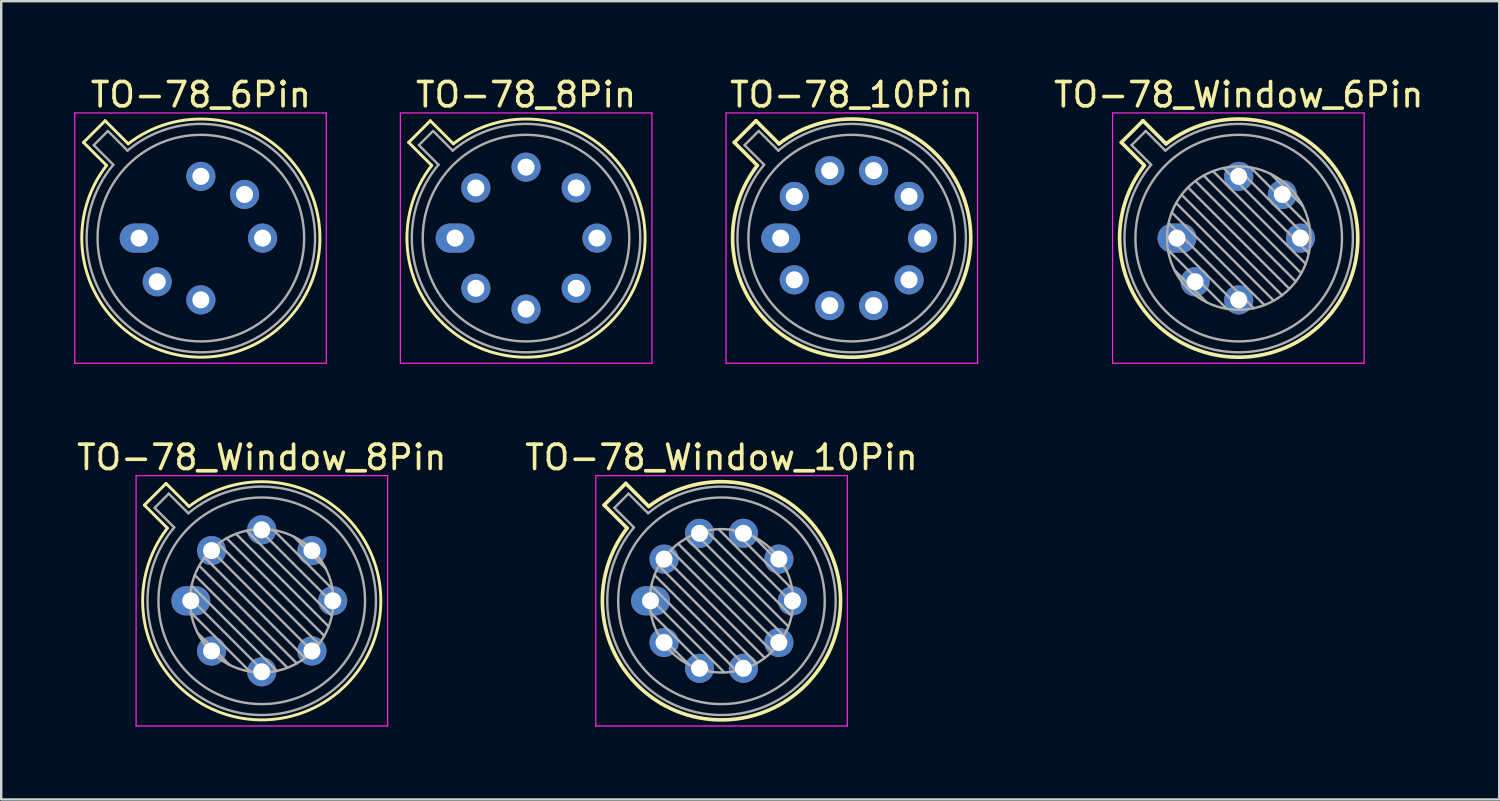
<source format=kicad_pcb>
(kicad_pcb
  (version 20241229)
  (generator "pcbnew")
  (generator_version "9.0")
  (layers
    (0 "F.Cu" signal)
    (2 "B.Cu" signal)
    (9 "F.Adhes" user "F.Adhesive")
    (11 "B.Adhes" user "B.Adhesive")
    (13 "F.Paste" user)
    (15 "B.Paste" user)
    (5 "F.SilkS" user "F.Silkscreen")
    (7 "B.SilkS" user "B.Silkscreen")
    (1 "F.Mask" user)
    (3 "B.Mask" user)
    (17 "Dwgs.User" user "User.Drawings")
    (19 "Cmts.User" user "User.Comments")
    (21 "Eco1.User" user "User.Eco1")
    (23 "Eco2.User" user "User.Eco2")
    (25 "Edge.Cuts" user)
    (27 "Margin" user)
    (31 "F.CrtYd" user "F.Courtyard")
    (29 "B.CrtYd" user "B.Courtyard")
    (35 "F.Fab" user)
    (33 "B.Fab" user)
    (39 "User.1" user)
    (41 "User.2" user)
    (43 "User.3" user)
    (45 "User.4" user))
  (footprint "TO-78_10Pin"
    (layer "F.Cu")
    (at 29.075 6.748)
    (property "Reference" "TO-78_10Pin" (at 2.92 -5.9 0) (layer "F.SilkS") (effects (font (size 1 1) (thickness 0.15))))
    (attr through_hole)
    (fp_line (start -1.909 -3.938) (end -0.962 -2.991) (stroke (width 0.15) (type solid)) (layer "F.SilkS"))
    (fp_line (start -1.018 -4.829) (end -1.909 -3.938) (stroke (width 0.15) (type solid)) (layer "F.SilkS"))
    (fp_line (start -0.071 -3.882) (end -1.018 -4.829) (stroke (width 0.15) (type solid)) (layer "F.SilkS"))
    (fp_arc (start -0.070589 -3.881543) (mid 6.384823 3.464823) (end -0.961543 -2.990588) (stroke (width 0.15) (type solid)) (layer "F.SilkS"))
    (fp_line (start -2.25 -5.15) (end -2.25 5.15) (stroke (width 0.05) (type solid)) (layer "F.CrtYd"))
    (fp_line (start -2.25 5.15) (end 8.1 5.15) (stroke (width 0.05) (type solid)) (layer "F.CrtYd"))
    (fp_line (start 8.1 -5.15) (end -2.25 -5.15) (stroke (width 0.05) (type solid)) (layer "F.CrtYd"))
    (fp_line (start 8.1 5.15) (end 8.1 -5.15) (stroke (width 0.05) (type solid)) (layer "F.CrtYd"))
    (fp_line (start -1.488 -3.825) (end -0.682 -3.019) (stroke (width 0.1) (type solid)) (layer "F.Fab"))
    (fp_line (start -0.905 -4.408) (end -1.488 -3.825) (stroke (width 0.1) (type solid)) (layer "F.Fab"))
    (fp_line (start -0.099 -3.602) (end -0.905 -4.408) (stroke (width 0.1) (type solid)) (layer "F.Fab"))
    (fp_arc (start -0.098935 -3.602226) (mid 6.243402 3.323402) (end -0.682226 -3.018935) (stroke (width 0.1) (type solid)) (layer "F.Fab"))
    (fp_circle (center 2.92 0) (end 7.17 0) (stroke (width 0.1) (type solid)) (fill no) (layer "F.Fab"))
    (pad "1" thru_hole oval (at 0 0) (size 1.6 1.2) (drill 0.7) (layers "*.Cu" "*.Mask"))
    (pad "2" thru_hole oval (at 0.558 1.716) (size 1.2 1.2) (drill 0.7) (layers "*.Cu" "*.Mask"))
    (pad "3" thru_hole oval (at 2.018 2.777) (size 1.2 1.2) (drill 0.7) (layers "*.Cu" "*.Mask"))
    (pad "4" thru_hole oval (at 3.822 2.777) (size 1.2 1.2) (drill 0.7) (layers "*.Cu" "*.Mask"))
    (pad "5" thru_hole oval (at 5.282 1.716) (size 1.2 1.2) (drill 0.7) (layers "*.Cu" "*.Mask"))
    (pad "6" thru_hole oval (at 5.84 0) (size 1.2 1.2) (drill 0.7) (layers "*.Cu" "*.Mask"))
    (pad "7" thru_hole oval (at 5.282 -1.716) (size 1.2 1.2) (drill 0.7) (layers "*.Cu" "*.Mask"))
    (pad "8" thru_hole oval (at 3.822 -2.777) (size 1.2 1.2) (drill 0.7) (layers "*.Cu" "*.Mask"))
    (pad "9" thru_hole oval (at 2.018 -2.777) (size 1.2 1.2) (drill 0.7) (layers "*.Cu" "*.Mask"))
    (pad "10" thru_hole oval (at 0.558 -1.716) (size 1.2 1.2) (drill 0.7) (layers "*.Cu" "*.Mask")))
  (footprint "TO-78_8Pin"
    (layer "F.Cu")
    (at 15.675 6.748)
    (property "Reference" "TO-78_8Pin" (at 2.92 -5.9 0) (layer "F.SilkS") (effects (font (size 1 1) (thickness 0.15))))
    (attr through_hole)
    (fp_line (start -1.909 -3.938) (end -0.962 -2.991) (stroke (width 0.12) (type solid)) (layer "F.SilkS"))
    (fp_line (start -1.018 -4.829) (end -1.909 -3.938) (stroke (width 0.12) (type solid)) (layer "F.SilkS"))
    (fp_line (start -0.071 -3.882) (end -1.018 -4.829) (stroke (width 0.12) (type solid)) (layer "F.SilkS"))
    (fp_arc (start -0.070589 -3.881543) (mid 6.384823 3.464823) (end -0.961543 -2.990588) (stroke (width 0.12) (type solid)) (layer "F.SilkS"))
    (fp_line (start -2.25 -5.15) (end -2.25 5.15) (stroke (width 0.05) (type solid)) (layer "F.CrtYd"))
    (fp_line (start -2.25 5.15) (end 8.1 5.15) (stroke (width 0.05) (type solid)) (layer "F.CrtYd"))
    (fp_line (start 8.1 -5.15) (end -2.25 -5.15) (stroke (width 0.05) (type solid)) (layer "F.CrtYd"))
    (fp_line (start 8.1 5.15) (end 8.1 -5.15) (stroke (width 0.05) (type solid)) (layer "F.CrtYd"))
    (fp_line (start -1.488 -3.825) (end -0.682 -3.019) (stroke (width 0.1) (type solid)) (layer "F.Fab"))
    (fp_line (start -0.905 -4.408) (end -1.488 -3.825) (stroke (width 0.1) (type solid)) (layer "F.Fab"))
    (fp_line (start -0.099 -3.602) (end -0.905 -4.408) (stroke (width 0.1) (type solid)) (layer "F.Fab"))
    (fp_arc (start -0.098935 -3.602226) (mid 6.243402 3.323402) (end -0.682226 -3.018935) (stroke (width 0.1) (type solid)) (layer "F.Fab"))
    (fp_circle (center 2.92 0) (end 7.17 0) (stroke (width 0.1) (type solid)) (fill no) (layer "F.Fab"))
    (pad "1" thru_hole oval (at 0 0) (size 1.6 1.2) (drill 0.7) (layers "*.Cu" "*.Mask"))
    (pad "2" thru_hole oval (at 0.855 2.065) (size 1.2 1.2) (drill 0.7) (layers "*.Cu" "*.Mask"))
    (pad "3" thru_hole oval (at 2.92 2.92) (size 1.2 1.2) (drill 0.7) (layers "*.Cu" "*.Mask"))
    (pad "4" thru_hole oval (at 4.985 2.065) (size 1.2 1.2) (drill 0.7) (layers "*.Cu" "*.Mask"))
    (pad "5" thru_hole oval (at 5.84 0) (size 1.2 1.2) (drill 0.7) (layers "*.Cu" "*.Mask"))
    (pad "6" thru_hole oval (at 4.985 -2.065) (size 1.2 1.2) (drill 0.7) (layers "*.Cu" "*.Mask"))
    (pad "7" thru_hole oval (at 2.92 -2.92) (size 1.2 1.2) (drill 0.7) (layers "*.Cu" "*.Mask"))
    (pad "8" thru_hole oval (at 0.855 -2.065) (size 1.2 1.2) (drill 0.7) (layers "*.Cu" "*.Mask")))
  (footprint "TO-78_Window_10Pin"
    (layer "F.Cu")
    (at 23.717 21.672)
    (property "Reference" "TO-78_Window_10Pin" (at 2.92 -5.9 0) (layer "F.SilkS") (effects (font (size 1 1) (thickness 0.15))))
    (attr through_hole)
    (fp_line (start -1.909 -3.938) (end -0.962 -2.991) (stroke (width 0.15) (type solid)) (layer "F.SilkS"))
    (fp_line (start -1.018 -4.829) (end -1.909 -3.938) (stroke (width 0.15) (type solid)) (layer "F.SilkS"))
    (fp_line (start -0.071 -3.882) (end -1.018 -4.829) (stroke (width 0.15) (type solid)) (layer "F.SilkS"))
    (fp_arc (start -0.070589 -3.881543) (mid 6.384823 3.464823) (end -0.961543 -2.990588) (stroke (width 0.15) (type solid)) (layer "F.SilkS"))
    (fp_line (start -2.25 -5.15) (end -2.25 5.15) (stroke (width 0.05) (type solid)) (layer "F.CrtYd"))
    (fp_line (start -2.25 5.15) (end 8.1 5.15) (stroke (width 0.05) (type solid)) (layer "F.CrtYd"))
    (fp_line (start 8.1 -5.15) (end -2.25 -5.15) (stroke (width 0.05) (type solid)) (layer "F.CrtYd"))
    (fp_line (start 8.1 5.15) (end 8.1 -5.15) (stroke (width 0.05) (type solid)) (layer "F.CrtYd"))
    (fp_line (start -1.488 -3.825) (end -0.682 -3.019) (stroke (width 0.1) (type solid)) (layer "F.Fab"))
    (fp_line (start -0.905 -4.408) (end -1.488 -3.825) (stroke (width 0.1) (type solid)) (layer "F.Fab"))
    (fp_line (start -0.099 -3.602) (end -0.905 -4.408) (stroke (width 0.1) (type solid)) (layer "F.Fab"))
    (fp_line (start -0.028 -0.12) (end 3.04 2.948) (stroke (width 0.1) (type solid)) (layer "F.Fab"))
    (fp_line (start 0.009 0.485) (end 2.435 2.911) (stroke (width 0.1) (type solid)) (layer "F.Fab"))
    (fp_line (start 0.036 -0.622) (end 3.542 2.884) (stroke (width 0.1) (type solid)) (layer "F.Fab"))
    (fp_line (start 0.165 -1.058) (end 3.978 2.755) (stroke (width 0.1) (type solid)) (layer "F.Fab"))
    (fp_line (start 0.283 1.324) (end 1.596 2.637) (stroke (width 0.1) (type solid)) (layer "F.Fab"))
    (fp_line (start 0.346 -1.443) (end 4.363 2.574) (stroke (width 0.1) (type solid)) (layer "F.Fab"))
    (fp_line (start 0.57 -1.784) (end 4.704 2.35) (stroke (width 0.1) (type solid)) (layer "F.Fab"))
    (fp_line (start 0.834 -2.086) (end 5.006 2.086) (stroke (width 0.1) (type solid)) (layer "F.Fab"))
    (fp_line (start 1.136 -2.35) (end 5.27 1.784) (stroke (width 0.1) (type solid)) (layer "F.Fab"))
    (fp_line (start 1.477 -2.574) (end 5.494 1.443) (stroke (width 0.1) (type solid)) (layer "F.Fab"))
    (fp_line (start 1.862 -2.755) (end 5.675 1.058) (stroke (width 0.1) (type solid)) (layer "F.Fab"))
    (fp_line (start 2.298 -2.884) (end 5.804 0.622) (stroke (width 0.1) (type solid)) (layer "F.Fab"))
    (fp_line (start 2.8 -2.948) (end 5.868 0.12) (stroke (width 0.1) (type solid)) (layer "F.Fab"))
    (fp_line (start 3.405 -2.911) (end 5.831 -0.485) (stroke (width 0.1) (type solid)) (layer "F.Fab"))
    (fp_line (start 4.244 -2.637) (end 5.557 -1.324) (stroke (width 0.1) (type solid)) (layer "F.Fab"))
    (fp_arc (start -0.098935 -3.602226) (mid 6.243402 3.323402) (end -0.682226 -3.018935) (stroke (width 0.1) (type solid)) (layer "F.Fab"))
    (fp_circle (center 2.92 0) (end 5.87 0) (stroke (width 0.1) (type solid)) (fill no) (layer "F.Fab"))
    (fp_circle (center 2.92 0) (end 7.17 0) (stroke (width 0.1) (type solid)) (fill no) (layer "F.Fab"))
    (pad "1" thru_hole oval (at 0 0) (size 1.6 1.2) (drill 0.7) (layers "*.Cu" "*.Mask"))
    (pad "2" thru_hole oval (at 0.558 1.716) (size 1.2 1.2) (drill 0.7) (layers "*.Cu" "*.Mask"))
    (pad "3" thru_hole oval (at 2.018 2.777) (size 1.2 1.2) (drill 0.7) (layers "*.Cu" "*.Mask"))
    (pad "4" thru_hole oval (at 3.822 2.777) (size 1.2 1.2) (drill 0.7) (layers "*.Cu" "*.Mask"))
    (pad "5" thru_hole oval (at 5.282 1.716) (size 1.2 1.2) (drill 0.7) (layers "*.Cu" "*.Mask"))
    (pad "6" thru_hole oval (at 5.84 0) (size 1.2 1.2) (drill 0.7) (layers "*.Cu" "*.Mask"))
    (pad "7" thru_hole oval (at 5.282 -1.716) (size 1.2 1.2) (drill 0.7) (layers "*.Cu" "*.Mask"))
    (pad "8" thru_hole oval (at 3.822 -2.777) (size 1.2 1.2) (drill 0.7) (layers "*.Cu" "*.Mask"))
    (pad "9" thru_hole oval (at 2.018 -2.777) (size 1.2 1.2) (drill 0.7) (layers "*.Cu" "*.Mask"))
    (pad "10" thru_hole oval (at 0.558 -1.716) (size 1.2 1.2) (drill 0.7) (layers "*.Cu" "*.Mask")))
  (footprint "TO-78_Window_6Pin"
    (layer "F.Cu")
    (at 45.38 6.748)
    (property "Reference" "TO-78_Window_6Pin" (at 2.54 -5.9 0) (layer "F.SilkS") (effects (font (size 1 1) (thickness 0.15))))
    (attr through_hole)
    (fp_line (start -2.289 -3.938) (end -1.342 -2.991) (stroke (width 0.15) (type solid)) (layer "F.SilkS"))
    (fp_line (start -1.398 -4.829) (end -2.289 -3.938) (stroke (width 0.15) (type solid)) (layer "F.SilkS"))
    (fp_line (start -0.451 -3.882) (end -1.398 -4.829) (stroke (width 0.15) (type solid)) (layer "F.SilkS"))
    (fp_arc (start -0.450589 -3.881543) (mid 6.004823 3.464823) (end -1.341543 -2.990588) (stroke (width 0.15) (type solid)) (layer "F.SilkS"))
    (fp_line (start -2.65 -5.15) (end -2.65 5.15) (stroke (width 0.05) (type solid)) (layer "F.CrtYd"))
    (fp_line (start -2.65 5.15) (end 7.7 5.15) (stroke (width 0.05) (type solid)) (layer "F.CrtYd"))
    (fp_line (start 7.7 -5.15) (end -2.65 -5.15) (stroke (width 0.05) (type solid)) (layer "F.CrtYd"))
    (fp_line (start 7.7 5.15) (end 7.7 -5.15) (stroke (width 0.05) (type solid)) (layer "F.CrtYd"))
    (fp_line (start -1.868 -3.825) (end -1.062 -3.019) (stroke (width 0.1) (type solid)) (layer "F.Fab"))
    (fp_line (start -1.285 -4.408) (end -1.868 -3.825) (stroke (width 0.1) (type solid)) (layer "F.Fab"))
    (fp_line (start -0.479 -3.602) (end -1.285 -4.408) (stroke (width 0.1) (type solid)) (layer "F.Fab"))
    (fp_line (start -0.408 -0.12) (end 2.66 2.948) (stroke (width 0.1) (type solid)) (layer "F.Fab"))
    (fp_line (start -0.371 0.485) (end 2.055 2.911) (stroke (width 0.1) (type solid)) (layer "F.Fab"))
    (fp_line (start -0.344 -0.622) (end 3.162 2.884) (stroke (width 0.1) (type solid)) (layer "F.Fab"))
    (fp_line (start -0.215 -1.058) (end 3.598 2.755) (stroke (width 0.1) (type solid)) (layer "F.Fab"))
    (fp_line (start -0.097 1.324) (end 1.216 2.637) (stroke (width 0.1) (type solid)) (layer "F.Fab"))
    (fp_line (start -0.034 -1.443) (end 3.983 2.574) (stroke (width 0.1) (type solid)) (layer "F.Fab"))
    (fp_line (start 0.19 -1.784) (end 4.324 2.35) (stroke (width 0.1) (type solid)) (layer "F.Fab"))
    (fp_line (start 0.454 -2.086) (end 4.626 2.086) (stroke (width 0.1) (type solid)) (layer "F.Fab"))
    (fp_line (start 0.756 -2.35) (end 4.89 1.784) (stroke (width 0.1) (type solid)) (layer "F.Fab"))
    (fp_line (start 1.097 -2.574) (end 5.114 1.443) (stroke (width 0.1) (type solid)) (layer "F.Fab"))
    (fp_line (start 1.482 -2.755) (end 5.295 1.058) (stroke (width 0.1) (type solid)) (layer "F.Fab"))
    (fp_line (start 1.918 -2.884) (end 5.424 0.622) (stroke (width 0.1) (type solid)) (layer "F.Fab"))
    (fp_line (start 2.42 -2.948) (end 5.488 0.12) (stroke (width 0.1) (type solid)) (layer "F.Fab"))
    (fp_line (start 3.025 -2.911) (end 5.451 -0.485) (stroke (width 0.1) (type solid)) (layer "F.Fab"))
    (fp_line (start 3.864 -2.637) (end 5.177 -1.324) (stroke (width 0.1) (type solid)) (layer "F.Fab"))
    (fp_arc (start -0.478935 -3.602226) (mid 5.863402 3.323402) (end -1.062226 -3.018935) (stroke (width 0.1) (type solid)) (layer "F.Fab"))
    (fp_circle (center 2.54 0) (end 5.49 0) (stroke (width 0.1) (type solid)) (fill no) (layer "F.Fab"))
    (fp_circle (center 2.54 0) (end 6.79 0) (stroke (width 0.1) (type solid)) (fill no) (layer "F.Fab"))
    (pad "1" thru_hole oval (at 0 0) (size 1.6 1.2) (drill 0.7) (layers "*.Cu" "*.Mask"))
    (pad "2" thru_hole oval (at 0.744 1.796) (size 1.2 1.2) (drill 0.7) (layers "*.Cu" "*.Mask"))
    (pad "3" thru_hole oval (at 2.54 2.54) (size 1.2 1.2) (drill 0.7) (layers "*.Cu" "*.Mask"))
    (pad "4" thru_hole oval (at 5.08 0) (size 1.2 1.2) (drill 0.7) (layers "*.Cu" "*.Mask"))
    (pad "5" thru_hole oval (at 4.336 -1.796) (size 1.2 1.2) (drill 0.7) (layers "*.Cu" "*.Mask"))
    (pad "6" thru_hole oval (at 2.54 -2.54) (size 1.2 1.2) (drill 0.7) (layers "*.Cu" "*.Mask")))
  (footprint "TO-78_Window_8Pin"
    (layer "F.Cu")
    (at 4.8 21.672)
    (property "Reference" "TO-78_Window_8Pin" (at 2.92 -5.9 0) (layer "F.SilkS") (effects (font (size 1 1) (thickness 0.15))))
    (attr through_hole)
    (fp_line (start -1.909 -3.938) (end -0.962 -2.991) (stroke (width 0.12) (type solid)) (layer "F.SilkS"))
    (fp_line (start -1.018 -4.829) (end -1.909 -3.938) (stroke (width 0.12) (type solid)) (layer "F.SilkS"))
    (fp_line (start -0.071 -3.882) (end -1.018 -4.829) (stroke (width 0.12) (type solid)) (layer "F.SilkS"))
    (fp_arc (start -0.070589 -3.881543) (mid 6.384823 3.464823) (end -0.961543 -2.990588) (stroke (width 0.12) (type solid)) (layer "F.SilkS"))
    (fp_line (start -2.25 -5.15) (end -2.25 5.15) (stroke (width 0.05) (type solid)) (layer "F.CrtYd"))
    (fp_line (start -2.25 5.15) (end 8.1 5.15) (stroke (width 0.05) (type solid)) (layer "F.CrtYd"))
    (fp_line (start 8.1 -5.15) (end -2.25 -5.15) (stroke (width 0.05) (type solid)) (layer "F.CrtYd"))
    (fp_line (start 8.1 5.15) (end 8.1 -5.15) (stroke (width 0.05) (type solid)) (layer "F.CrtYd"))
    (fp_line (start -1.488 -3.825) (end -0.682 -3.019) (stroke (width 0.1) (type solid)) (layer "F.Fab"))
    (fp_line (start -0.905 -4.408) (end -1.488 -3.825) (stroke (width 0.1) (type solid)) (layer "F.Fab"))
    (fp_line (start -0.099 -3.602) (end -0.905 -4.408) (stroke (width 0.1) (type solid)) (layer "F.Fab"))
    (fp_line (start -0.028 -0.12) (end 3.04 2.948) (stroke (width 0.1) (type solid)) (layer "F.Fab"))
    (fp_line (start 0.009 0.485) (end 2.435 2.911) (stroke (width 0.1) (type solid)) (layer "F.Fab"))
    (fp_line (start 0.036 -0.622) (end 3.542 2.884) (stroke (width 0.1) (type solid)) (layer "F.Fab"))
    (fp_line (start 0.165 -1.058) (end 3.978 2.755) (stroke (width 0.1) (type solid)) (layer "F.Fab"))
    (fp_line (start 0.283 1.324) (end 1.596 2.637) (stroke (width 0.1) (type solid)) (layer "F.Fab"))
    (fp_line (start 0.346 -1.443) (end 4.363 2.574) (stroke (width 0.1) (type solid)) (layer "F.Fab"))
    (fp_line (start 0.57 -1.784) (end 4.704 2.35) (stroke (width 0.1) (type solid)) (layer "F.Fab"))
    (fp_line (start 0.834 -2.086) (end 5.006 2.086) (stroke (width 0.1) (type solid)) (layer "F.Fab"))
    (fp_line (start 1.136 -2.35) (end 5.27 1.784) (stroke (width 0.1) (type solid)) (layer "F.Fab"))
    (fp_line (start 1.477 -2.574) (end 5.494 1.443) (stroke (width 0.1) (type solid)) (layer "F.Fab"))
    (fp_line (start 1.862 -2.755) (end 5.675 1.058) (stroke (width 0.1) (type solid)) (layer "F.Fab"))
    (fp_line (start 2.298 -2.884) (end 5.804 0.622) (stroke (width 0.1) (type solid)) (layer "F.Fab"))
    (fp_line (start 2.8 -2.948) (end 5.868 0.12) (stroke (width 0.1) (type solid)) (layer "F.Fab"))
    (fp_line (start 3.405 -2.911) (end 5.831 -0.485) (stroke (width 0.1) (type solid)) (layer "F.Fab"))
    (fp_line (start 4.244 -2.637) (end 5.557 -1.324) (stroke (width 0.1) (type solid)) (layer "F.Fab"))
    (fp_arc (start -0.098935 -3.602226) (mid 6.243402 3.323402) (end -0.682226 -3.018935) (stroke (width 0.1) (type solid)) (layer "F.Fab"))
    (fp_circle (center 2.92 0) (end 5.87 0) (stroke (width 0.1) (type solid)) (fill no) (layer "F.Fab"))
    (fp_circle (center 2.92 0) (end 7.17 0) (stroke (width 0.1) (type solid)) (fill no) (layer "F.Fab"))
    (pad "1" thru_hole oval (at 0 0) (size 1.6 1.2) (drill 0.7) (layers "*.Cu" "*.Mask"))
    (pad "2" thru_hole oval (at 0.855 2.065) (size 1.2 1.2) (drill 0.7) (layers "*.Cu" "*.Mask"))
    (pad "3" thru_hole oval (at 2.92 2.92) (size 1.2 1.2) (drill 0.7) (layers "*.Cu" "*.Mask"))
    (pad "4" thru_hole oval (at 4.985 2.065) (size 1.2 1.2) (drill 0.7) (layers "*.Cu" "*.Mask"))
    (pad "5" thru_hole oval (at 5.84 0) (size 1.2 1.2) (drill 0.7) (layers "*.Cu" "*.Mask"))
    (pad "6" thru_hole oval (at 4.985 -2.065) (size 1.2 1.2) (drill 0.7) (layers "*.Cu" "*.Mask"))
    (pad "7" thru_hole oval (at 2.92 -2.92) (size 1.2 1.2) (drill 0.7) (layers "*.Cu" "*.Mask"))
    (pad "8" thru_hole oval (at 0.855 -2.065) (size 1.2 1.2) (drill 0.7) (layers "*.Cu" "*.Mask")))
  (footprint "TO-78_6Pin"
    (layer "F.Cu")
    (at 2.675 6.748)
    (property "Reference" "TO-78_6Pin" (at 2.54 -5.9 0) (layer "F.SilkS") (effects (font (size 1 1) (thickness 0.15))))
    (attr through_hole)
    (fp_line (start -2.289 -3.938) (end -1.342 -2.991) (stroke (width 0.12) (type solid)) (layer "F.SilkS"))
    (fp_line (start -1.398 -4.829) (end -2.289 -3.938) (stroke (width 0.12) (type solid)) (layer "F.SilkS"))
    (fp_line (start -0.451 -3.882) (end -1.398 -4.829) (stroke (width 0.12) (type solid)) (layer "F.SilkS"))
    (fp_arc (start -0.450589 -3.881543) (mid 6.004823 3.464823) (end -1.341543 -2.990588) (stroke (width 0.12) (type solid)) (layer "F.SilkS"))
    (fp_line (start -2.65 -5.15) (end -2.65 5.15) (stroke (width 0.05) (type solid)) (layer "F.CrtYd"))
    (fp_line (start -2.65 5.15) (end 7.7 5.15) (stroke (width 0.05) (type solid)) (layer "F.CrtYd"))
    (fp_line (start 7.7 -5.15) (end -2.65 -5.15) (stroke (width 0.05) (type solid)) (layer "F.CrtYd"))
    (fp_line (start 7.7 5.15) (end 7.7 -5.15) (stroke (width 0.05) (type solid)) (layer "F.CrtYd"))
    (fp_line (start -1.868 -3.825) (end -1.062 -3.019) (stroke (width 0.1) (type solid)) (layer "F.Fab"))
    (fp_line (start -1.285 -4.408) (end -1.868 -3.825) (stroke (width 0.1) (type solid)) (layer "F.Fab"))
    (fp_line (start -0.479 -3.602) (end -1.285 -4.408) (stroke (width 0.1) (type solid)) (layer "F.Fab"))
    (fp_arc (start -0.478935 -3.602226) (mid 5.863402 3.323402) (end -1.062226 -3.018935) (stroke (width 0.1) (type solid)) (layer "F.Fab"))
    (fp_circle (center 2.54 0) (end 6.79 0) (stroke (width 0.1) (type solid)) (fill no) (layer "F.Fab"))
    (pad "1" thru_hole oval (at 0 0) (size 1.6 1.2) (drill 0.7) (layers "*.Cu" "*.Mask"))
    (pad "2" thru_hole oval (at 0.744 1.796) (size 1.2 1.2) (drill 0.7) (layers "*.Cu" "*.Mask"))
    (pad "3" thru_hole oval (at 2.54 2.54) (size 1.2 1.2) (drill 0.7) (layers "*.Cu" "*.Mask"))
    (pad "4" thru_hole oval (at 5.08 0) (size 1.2 1.2) (drill 0.7) (layers "*.Cu" "*.Mask"))
    (pad "5" thru_hole oval (at 4.336 -1.796) (size 1.2 1.2) (drill 0.7) (layers "*.Cu" "*.Mask"))
    (pad "6" thru_hole oval (at 2.54 -2.54) (size 1.2 1.2) (drill 0.7) (layers "*.Cu" "*.Mask")))
  (gr_rect
    (start -3 -3)
    (end 58.64 29.846)
    (stroke (width 0.1) (type default))
    (fill no)
    (layer "Edge.Cuts")))
</source>
